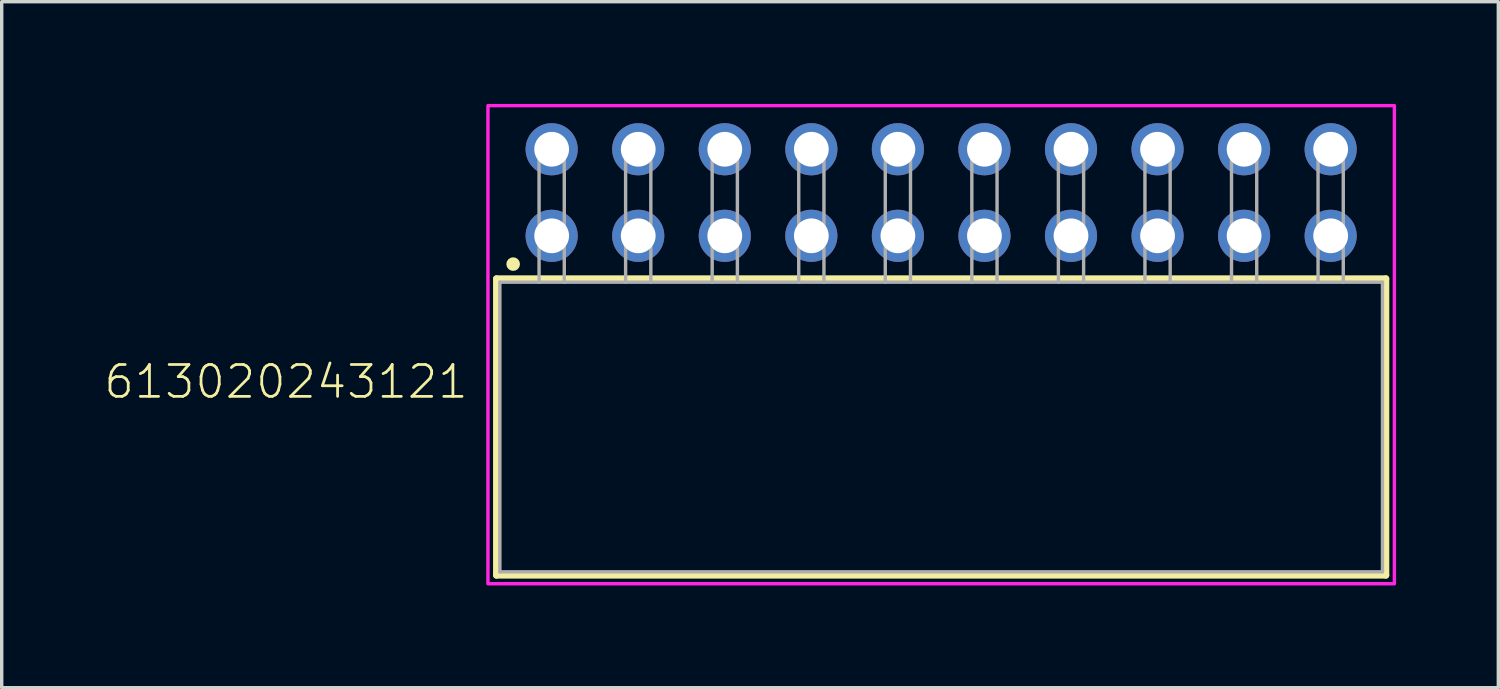
<source format=kicad_pcb>
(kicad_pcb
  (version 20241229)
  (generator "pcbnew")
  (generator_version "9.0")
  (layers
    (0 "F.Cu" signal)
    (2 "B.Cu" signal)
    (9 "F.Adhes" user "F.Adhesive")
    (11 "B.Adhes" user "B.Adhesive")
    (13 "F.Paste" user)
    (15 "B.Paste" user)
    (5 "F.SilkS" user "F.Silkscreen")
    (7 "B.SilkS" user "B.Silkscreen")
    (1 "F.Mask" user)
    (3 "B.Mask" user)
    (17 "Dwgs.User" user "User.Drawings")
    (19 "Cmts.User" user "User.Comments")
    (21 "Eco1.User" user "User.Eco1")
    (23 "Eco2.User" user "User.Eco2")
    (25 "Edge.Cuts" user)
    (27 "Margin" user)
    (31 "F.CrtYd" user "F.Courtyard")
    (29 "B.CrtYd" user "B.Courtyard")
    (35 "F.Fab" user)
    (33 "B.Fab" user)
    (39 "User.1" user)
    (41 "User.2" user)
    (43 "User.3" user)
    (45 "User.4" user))
  (footprint "613020243121"
    (layer "F.Cu")
    (at 24.569 9.48)
    (property "Reference" "613020243121" (at -13.83 -0.78 0) (unlocked yes) (layer "F.SilkS") (effects (font (size 0.935 0.935) (thickness 0.081)) (justify right bottom)))
    (fp_line (start -13.05 -4.35) (end 13.05 -4.35) (stroke (width 0.2) (type solid)) (layer "F.SilkS"))
    (fp_line (start -13.05 4.35) (end -13.05 -4.35) (stroke (width 0.2) (type solid)) (layer "F.SilkS"))
    (fp_line (start 13.05 -4.35) (end 13.05 4.35) (stroke (width 0.2) (type solid)) (layer "F.SilkS"))
    (fp_line (start 13.05 4.35) (end -13.05 4.35) (stroke (width 0.2) (type solid)) (layer "F.SilkS"))
    (fp_circle (center -12.56 -4.78) (end -12.46 -4.78) (stroke (width 0.2) (type solid)) (fill no) (layer "F.SilkS"))
    (fp_poly (pts (xy 13.3 4.6) (xy -13.3 4.6) (xy -13.3 -9.43) (xy 13.3 -9.43)) (stroke (width 0.1) (type default)) (fill no) (layer "F.CrtYd"))
    (fp_line (start -12.95 -4.25) (end -12.95 4.25) (stroke (width 0.1) (type solid)) (layer "F.Fab"))
    (fp_line (start -11.8 -8.35) (end -11.06 -8.35) (stroke (width 0.1) (type solid)) (layer "F.Fab"))
    (fp_line (start -11.8 -4.25) (end -12.95 -4.25) (stroke (width 0.1) (type solid)) (layer "F.Fab"))
    (fp_line (start -11.8 -4.25) (end -11.8 -8.35) (stroke (width 0.1) (type solid)) (layer "F.Fab"))
    (fp_line (start -11.06 -8.35) (end -11.06 -4.25) (stroke (width 0.1) (type solid)) (layer "F.Fab"))
    (fp_line (start -11.06 -4.25) (end -11.8 -4.25) (stroke (width 0.1) (type solid)) (layer "F.Fab"))
    (fp_line (start -9.26 -8.35) (end -8.52 -8.35) (stroke (width 0.1) (type solid)) (layer "F.Fab"))
    (fp_line (start -9.26 -4.25) (end -9.26 -8.35) (stroke (width 0.1) (type solid)) (layer "F.Fab"))
    (fp_line (start -8.52 -8.35) (end -8.52 -4.25) (stroke (width 0.1) (type solid)) (layer "F.Fab"))
    (fp_line (start -6.72 -8.35) (end -5.98 -8.35) (stroke (width 0.1) (type solid)) (layer "F.Fab"))
    (fp_line (start -6.72 -4.25) (end -6.72 -8.35) (stroke (width 0.1) (type solid)) (layer "F.Fab"))
    (fp_line (start -5.98 -8.35) (end -5.98 -4.25) (stroke (width 0.1) (type solid)) (layer "F.Fab"))
    (fp_line (start -4.18 -8.35) (end -3.44 -8.35) (stroke (width 0.1) (type solid)) (layer "F.Fab"))
    (fp_line (start -4.18 -4.25) (end -4.18 -8.35) (stroke (width 0.1) (type solid)) (layer "F.Fab"))
    (fp_line (start -3.44 -8.35) (end -3.44 -4.25) (stroke (width 0.1) (type solid)) (layer "F.Fab"))
    (fp_line (start -1.64 -8.35) (end -0.9 -8.35) (stroke (width 0.1) (type solid)) (layer "F.Fab"))
    (fp_line (start -1.64 -4.25) (end -1.64 -8.35) (stroke (width 0.1) (type solid)) (layer "F.Fab"))
    (fp_line (start -0.9 -8.35) (end -0.9 -4.25) (stroke (width 0.1) (type solid)) (layer "F.Fab"))
    (fp_line (start 0.9 -8.35) (end 1.64 -8.35) (stroke (width 0.1) (type solid)) (layer "F.Fab"))
    (fp_line (start 0.9 -4.25) (end 0.9 -8.35) (stroke (width 0.1) (type solid)) (layer "F.Fab"))
    (fp_line (start 1.64 -8.35) (end 1.64 -4.25) (stroke (width 0.1) (type solid)) (layer "F.Fab"))
    (fp_line (start 3.44 -8.35) (end 4.18 -8.35) (stroke (width 0.1) (type solid)) (layer "F.Fab"))
    (fp_line (start 3.44 -4.25) (end 3.44 -8.35) (stroke (width 0.1) (type solid)) (layer "F.Fab"))
    (fp_line (start 4.18 -8.35) (end 4.18 -4.25) (stroke (width 0.1) (type solid)) (layer "F.Fab"))
    (fp_line (start 5.98 -8.35) (end 6.72 -8.35) (stroke (width 0.1) (type solid)) (layer "F.Fab"))
    (fp_line (start 5.98 -4.25) (end 5.98 -8.35) (stroke (width 0.1) (type solid)) (layer "F.Fab"))
    (fp_line (start 6.72 -8.35) (end 6.72 -4.25) (stroke (width 0.1) (type solid)) (layer "F.Fab"))
    (fp_line (start 8.52 -8.35) (end 9.26 -8.35) (stroke (width 0.1) (type solid)) (layer "F.Fab"))
    (fp_line (start 8.52 -4.25) (end 8.52 -8.35) (stroke (width 0.1) (type solid)) (layer "F.Fab"))
    (fp_line (start 9.26 -8.35) (end 9.26 -4.25) (stroke (width 0.1) (type solid)) (layer "F.Fab"))
    (fp_line (start 11.06 -8.35) (end 11.8 -8.35) (stroke (width 0.1) (type solid)) (layer "F.Fab"))
    (fp_line (start 11.06 -4.25) (end 11.06 -8.35) (stroke (width 0.1) (type solid)) (layer "F.Fab"))
    (fp_line (start 11.8 -8.35) (end 11.8 -4.25) (stroke (width 0.1) (type solid)) (layer "F.Fab"))
    (fp_line (start 12.95 -4.25) (end -11.06 -4.25) (stroke (width 0.1) (type solid)) (layer "F.Fab"))
    (fp_line (start 12.95 4.25) (end -12.95 4.25) (stroke (width 0.1) (type solid)) (layer "F.Fab"))
    (fp_line (start 12.95 4.25) (end 12.95 -4.25) (stroke (width 0.1) (type solid)) (layer "F.Fab"))
    (pad "1" thru_hole circle (at -11.43 -5.61 180) (size 1.53 1.53) (drill 1.02) (layers "*.Cu" "*.Mask"))
    (pad "2" thru_hole circle (at -11.43 -8.15 180) (size 1.53 1.53) (drill 1.02) (layers "*.Cu" "*.Mask"))
    (pad "3" thru_hole circle (at -8.89 -5.61 180) (size 1.53 1.53) (drill 1.02) (layers "*.Cu" "*.Mask"))
    (pad "4" thru_hole circle (at -8.89 -8.15 180) (size 1.53 1.53) (drill 1.02) (layers "*.Cu" "*.Mask"))
    (pad "5" thru_hole circle (at -6.35 -5.61 180) (size 1.53 1.53) (drill 1.02) (layers "*.Cu" "*.Mask"))
    (pad "6" thru_hole circle (at -6.35 -8.15 180) (size 1.53 1.53) (drill 1.02) (layers "*.Cu" "*.Mask"))
    (pad "7" thru_hole circle (at -3.81 -5.61 180) (size 1.53 1.53) (drill 1.02) (layers "*.Cu" "*.Mask"))
    (pad "8" thru_hole circle (at -3.81 -8.15 180) (size 1.53 1.53) (drill 1.02) (layers "*.Cu" "*.Mask"))
    (pad "9" thru_hole circle (at -1.27 -5.61 180) (size 1.53 1.53) (drill 1.02) (layers "*.Cu" "*.Mask"))
    (pad "10" thru_hole circle (at -1.27 -8.15 180) (size 1.53 1.53) (drill 1.02) (layers "*.Cu" "*.Mask"))
    (pad "11" thru_hole circle (at 1.27 -5.61 180) (size 1.53 1.53) (drill 1.02) (layers "*.Cu" "*.Mask"))
    (pad "12" thru_hole circle (at 1.27 -8.15 180) (size 1.53 1.53) (drill 1.02) (layers "*.Cu" "*.Mask"))
    (pad "13" thru_hole circle (at 3.81 -5.61 180) (size 1.53 1.53) (drill 1.02) (layers "*.Cu" "*.Mask"))
    (pad "14" thru_hole circle (at 3.81 -8.15 180) (size 1.53 1.53) (drill 1.02) (layers "*.Cu" "*.Mask"))
    (pad "15" thru_hole circle (at 6.35 -5.61 180) (size 1.53 1.53) (drill 1.02) (layers "*.Cu" "*.Mask"))
    (pad "16" thru_hole circle (at 6.35 -8.15 180) (size 1.53 1.53) (drill 1.02) (layers "*.Cu" "*.Mask"))
    (pad "17" thru_hole circle (at 8.89 -5.61 180) (size 1.53 1.53) (drill 1.02) (layers "*.Cu" "*.Mask"))
    (pad "18" thru_hole circle (at 8.89 -8.15 180) (size 1.53 1.53) (drill 1.02) (layers "*.Cu" "*.Mask"))
    (pad "19" thru_hole circle (at 11.43 -5.61 180) (size 1.53 1.53) (drill 1.02) (layers "*.Cu" "*.Mask"))
    (pad "20" thru_hole circle (at 11.43 -8.15 180) (size 1.53 1.53) (drill 1.02) (layers "*.Cu" "*.Mask")))
  (gr_rect
    (start -3 -3)
    (end 40.919 17.13)
    (stroke (width 0.1) (type default))
    (fill no)
    (layer "Edge.Cuts")))
</source>
